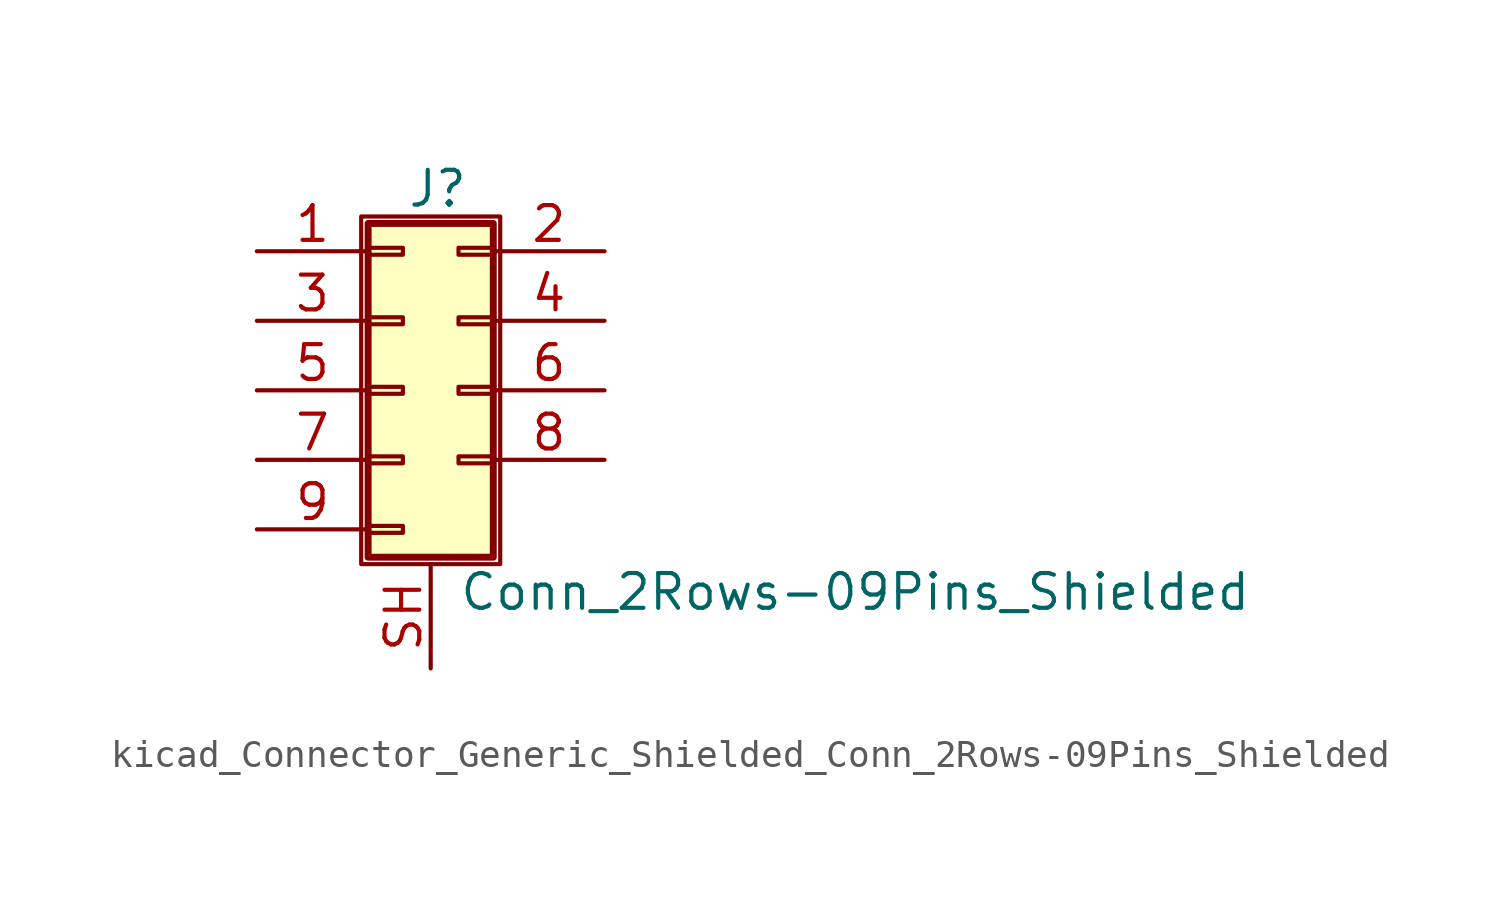
<source format=kicad_sym>
(kicad_symbol_lib
  (version 20220914)
  (generator kicad_symbol_editor)
  (symbol "kicad_Connector_Generic_Shielded_Conn_2Rows-09Pins_Shielded"
    (pin_names
      (offset 1.016) hide)
    (property "Reference" "J"
      (at 1.524 7.366 0)
      (effects (font (size 1.27 1.27))))
    (property "Value" "Conn_2Rows-09Pins_Shielded"
      (at 2.286 -7.366 0)
      (effects (font (size 1.27 1.27)) (justify left)))
    (symbol "kicad_Connector_Generic_Shielded_Conn_2Rows-09Pins_Shielded_1_1"
      (rectangle (start -1.27 6.35) (end 3.81 -6.35) (stroke (width 0.152) (type default)) (fill (type none)))
      (rectangle (start -1.016 -4.953) (end 0.254 -5.207) (stroke (width 0.152) (type default)) (fill (type none)))
      (rectangle (start -1.016 -2.413) (end 0.254 -2.667) (stroke (width 0.152) (type default)) (fill (type none)))
      (rectangle (start -1.016 0.127) (end 0.254 -0.127) (stroke (width 0.152) (type default)) (fill (type none)))
      (rectangle (start -1.016 2.667) (end 0.254 2.413) (stroke (width 0.152) (type default)) (fill (type none)))
      (rectangle (start -1.016 5.207) (end 0.254 4.953) (stroke (width 0.152) (type default)) (fill (type none)))
      (rectangle (start -1.016 6.096) (end 3.556 -6.096) (stroke (width 0.254) (type default)) (fill (type background)))
      (rectangle (start 3.556 -2.413) (end 2.286 -2.667) (stroke (width 0.152) (type default)) (fill (type none)))
      (rectangle (start 3.556 0.127) (end 2.286 -0.127) (stroke (width 0.152) (type default)) (fill (type none)))
      (rectangle (start 3.556 2.667) (end 2.286 2.413) (stroke (width 0.152) (type default)) (fill (type none)))
      (rectangle (start 3.556 5.207) (end 2.286 4.953) (stroke (width 0.152) (type default)) (fill (type none)))
      (pin passive line (at -5.08 5.08 0) (length 4.064) (name "Pin_1" (effects (font (size 1.27 1.27)))) (number "1" (effects (font (size 1.27 1.27)))))
      (pin passive line (at 7.62 5.08 180) (length 4.064) (name "Pin_2" (effects (font (size 1.27 1.27)))) (number "2" (effects (font (size 1.27 1.27)))))
      (pin passive line (at -5.08 2.54 0) (length 4.064) (name "Pin_3" (effects (font (size 1.27 1.27)))) (number "3" (effects (font (size 1.27 1.27)))))
      (pin passive line (at 7.62 2.54 180) (length 4.064) (name "Pin_4" (effects (font (size 1.27 1.27)))) (number "4" (effects (font (size 1.27 1.27)))))
      (pin passive line (at -5.08 0 0) (length 4.064) (name "Pin_5" (effects (font (size 1.27 1.27)))) (number "5" (effects (font (size 1.27 1.27)))))
      (pin passive line (at 7.62 0 180) (length 4.064) (name "Pin_6" (effects (font (size 1.27 1.27)))) (number "6" (effects (font (size 1.27 1.27)))))
      (pin passive line (at -5.08 -2.54 0) (length 4.064) (name "Pin_7" (effects (font (size 1.27 1.27)))) (number "7" (effects (font (size 1.27 1.27)))))
      (pin passive line (at 7.62 -2.54 180) (length 4.064) (name "Pin_8" (effects (font (size 1.27 1.27)))) (number "8" (effects (font (size 1.27 1.27)))))
      (pin passive line (at -5.08 -5.08 0) (length 4.064) (name "Pin_9" (effects (font (size 1.27 1.27)))) (number "9" (effects (font (size 1.27 1.27)))))
      (pin passive line (at 1.27 -10.16 90) (length 3.81) (name "Shield" (effects (font (size 1.27 1.27)))) (number "SH" (effects (font (size 1.27 1.27))))))))
</source>
